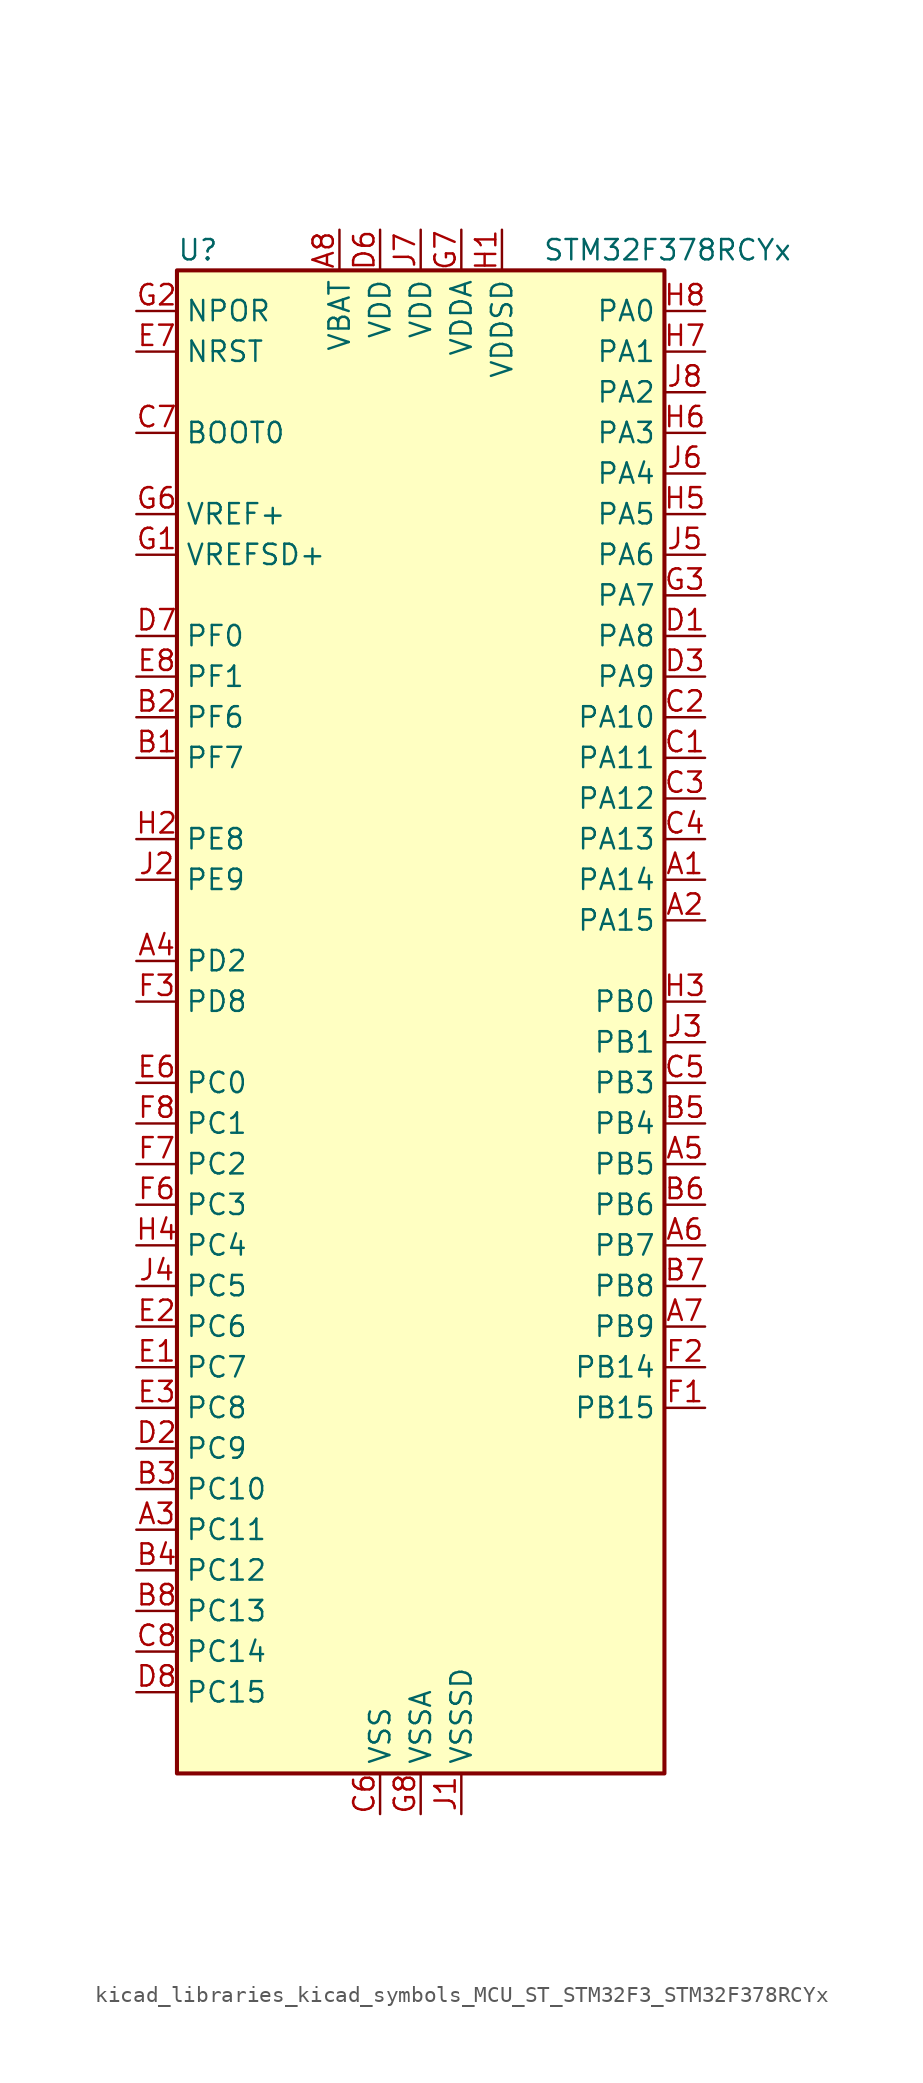
<source format=kicad_sym>
(kicad_symbol_lib
  (version 20220914)
  (generator kicad_symbol_editor)
  (symbol "kicad_libraries_kicad_symbols_MCU_ST_STM32F3_STM32F378RCYx"
    (property "Reference" "U"
      (at -15.24 49.53 0)
      (effects (font (size 1.27 1.27)) (justify left)))
    (property "Value" "STM32F378RCYx"
      (at 7.62 49.53 0)
      (effects (font (size 1.27 1.27)) (justify left)))
    (property "ki_locked" ""
      (at 0 0 0)
      (effects (font (size 1.27 1.27))))
    (symbol "kicad_libraries_kicad_symbols_MCU_ST_STM32F3_STM32F378RCYx_0_1"
      (rectangle (start -15.24 -45.72) (end 15.24 48.26) (stroke (width 0.254) (type default)) (fill (type background))))
    (symbol "kicad_libraries_kicad_symbols_MCU_ST_STM32F3_STM32F378RCYx_1_1"
      (pin bidirectional line (at 17.78 10.16 180) (length 2.54) (name "PA14" (effects (font (size 1.27 1.27)))) (number "A1" (effects (font (size 1.27 1.27)))) (alternate "I2C1_SDA" bidirectional line) (alternate "SYS_JTCK-SWCLK" bidirectional line) (alternate "TIM12_CH1" bidirectional line) (alternate "TSC_G4_IO4" bidirectional line))
      (pin bidirectional line (at 17.78 7.62 180) (length 2.54) (name "PA15" (effects (font (size 1.27 1.27)))) (number "A2" (effects (font (size 1.27 1.27)))) (alternate "ADC1_EXTI15" bidirectional line) (alternate "I2C1_SCL" bidirectional line) (alternate "I2S1_WS" bidirectional line) (alternate "I2S3_WS" bidirectional line) (alternate "SDADC1_EXTI15" bidirectional line) (alternate "SDADC2_EXTI15" bidirectional line) (alternate "SDADC3_EXTI15" bidirectional line) (alternate "SPI1_NSS" bidirectional line) (alternate "SPI3_NSS" bidirectional line) (alternate "SYS_JTDI" bidirectional line) (alternate "TIM12_CH2" bidirectional line) (alternate "TIM2_CH1" bidirectional line) (alternate "TIM2_ETR" bidirectional line) (alternate "TSC_SYNC" bidirectional line))
      (pin bidirectional line (at -17.78 -30.48 0) (length 2.54) (name "PC11" (effects (font (size 1.27 1.27)))) (number "A3" (effects (font (size 1.27 1.27)))) (alternate "ADC1_EXTI11" bidirectional line) (alternate "I2S3_MCK" bidirectional line) (alternate "SDADC1_EXTI11" bidirectional line) (alternate "SDADC2_EXTI11" bidirectional line) (alternate "SDADC3_EXTI11" bidirectional line) (alternate "SPI3_MISO" bidirectional line) (alternate "TIM19_CH2" bidirectional line) (alternate "USART3_RX" bidirectional line))
      (pin bidirectional line (at -17.78 5.08 0) (length 2.54) (name "PD2" (effects (font (size 1.27 1.27)))) (number "A4" (effects (font (size 1.27 1.27)))) (alternate "TIM3_ETR" bidirectional line))
      (pin bidirectional line (at 17.78 -7.62 180) (length 2.54) (name "PB5" (effects (font (size 1.27 1.27)))) (number "A5" (effects (font (size 1.27 1.27)))) (alternate "I2C1_SMBA" bidirectional line) (alternate "I2S1_SD" bidirectional line) (alternate "I2S3_SD" bidirectional line) (alternate "SPI1_MOSI" bidirectional line) (alternate "SPI3_MOSI" bidirectional line) (alternate "TIM16_BKIN" bidirectional line) (alternate "TIM17_CH1" bidirectional line) (alternate "TIM19_ETR" bidirectional line) (alternate "TIM3_CH2" bidirectional line) (alternate "USART2_CK" bidirectional line))
      (pin bidirectional line (at 17.78 -12.7 180) (length 2.54) (name "PB7" (effects (font (size 1.27 1.27)))) (number "A6" (effects (font (size 1.27 1.27)))) (alternate "I2C1_SDA" bidirectional line) (alternate "TIM15_CH2" bidirectional line) (alternate "TIM17_CH1N" bidirectional line) (alternate "TIM19_CH2" bidirectional line) (alternate "TIM3_CH4" bidirectional line) (alternate "TIM4_CH2" bidirectional line) (alternate "TSC_G5_IO4" bidirectional line) (alternate "USART1_RX" bidirectional line))
      (pin bidirectional line (at 17.78 -17.78 180) (length 2.54) (name "PB9" (effects (font (size 1.27 1.27)))) (number "A7" (effects (font (size 1.27 1.27)))) (alternate "CAN_TX" bidirectional line) (alternate "COMP2_OUT" bidirectional line) (alternate "DAC1_EXTI9" bidirectional line) (alternate "DAC2_EXTI9" bidirectional line) (alternate "I2C1_SDA" bidirectional line) (alternate "I2S2_WS" bidirectional line) (alternate "IR_OUT" bidirectional line) (alternate "SPI2_NSS" bidirectional line) (alternate "TIM17_CH1" bidirectional line) (alternate "TIM19_CH4" bidirectional line) (alternate "TIM4_CH4" bidirectional line) (alternate "USART3_RX" bidirectional line))
      (pin power_in line (at -5.08 50.8 270) (length 2.54) (name "VBAT" (effects (font (size 1.27 1.27)))) (number "A8" (effects (font (size 1.27 1.27)))))
      (pin bidirectional line (at -17.78 17.78 0) (length 2.54) (name "PF7" (effects (font (size 1.27 1.27)))) (number "B1" (effects (font (size 1.27 1.27)))) (alternate "I2C2_SDA" bidirectional line) (alternate "USART2_CK" bidirectional line))
      (pin bidirectional line (at -17.78 20.32 0) (length 2.54) (name "PF6" (effects (font (size 1.27 1.27)))) (number "B2" (effects (font (size 1.27 1.27)))) (alternate "I2C2_SCL" bidirectional line) (alternate "I2S1_SD" bidirectional line) (alternate "SPI1_MOSI" bidirectional line) (alternate "TIM4_CH4" bidirectional line) (alternate "USART3_DE" bidirectional line) (alternate "USART3_RTS" bidirectional line))
      (pin bidirectional line (at -17.78 -27.94 0) (length 2.54) (name "PC10" (effects (font (size 1.27 1.27)))) (number "B3" (effects (font (size 1.27 1.27)))) (alternate "I2S3_CK" bidirectional line) (alternate "SPI3_SCK" bidirectional line) (alternate "TIM19_CH1" bidirectional line) (alternate "USART3_TX" bidirectional line))
      (pin bidirectional line (at -17.78 -33.02 0) (length 2.54) (name "PC12" (effects (font (size 1.27 1.27)))) (number "B4" (effects (font (size 1.27 1.27)))) (alternate "I2S3_SD" bidirectional line) (alternate "SPI3_MOSI" bidirectional line) (alternate "TIM19_CH3" bidirectional line) (alternate "USART3_CK" bidirectional line))
      (pin bidirectional line (at 17.78 -5.08 180) (length 2.54) (name "PB4" (effects (font (size 1.27 1.27)))) (number "B5" (effects (font (size 1.27 1.27)))) (alternate "I2S1_MCK" bidirectional line) (alternate "I2S3_MCK" bidirectional line) (alternate "SPI1_MISO" bidirectional line) (alternate "SPI3_MISO" bidirectional line) (alternate "SYS_NJTRST" bidirectional line) (alternate "TIM15_CH1N" bidirectional line) (alternate "TIM16_CH1" bidirectional line) (alternate "TIM17_BKIN" bidirectional line) (alternate "TIM3_CH1" bidirectional line) (alternate "TSC_G5_IO2" bidirectional line) (alternate "USART2_RX" bidirectional line))
      (pin bidirectional line (at 17.78 -10.16 180) (length 2.54) (name "PB6" (effects (font (size 1.27 1.27)))) (number "B6" (effects (font (size 1.27 1.27)))) (alternate "I2C1_SCL" bidirectional line) (alternate "TIM15_CH1" bidirectional line) (alternate "TIM16_CH1N" bidirectional line) (alternate "TIM19_CH1" bidirectional line) (alternate "TIM3_CH3" bidirectional line) (alternate "TIM4_CH1" bidirectional line) (alternate "TSC_G5_IO3" bidirectional line) (alternate "USART1_TX" bidirectional line))
      (pin bidirectional line (at 17.78 -15.24 180) (length 2.54) (name "PB8" (effects (font (size 1.27 1.27)))) (number "B7" (effects (font (size 1.27 1.27)))) (alternate "CAN_RX" bidirectional line) (alternate "CEC" bidirectional line) (alternate "COMP1_OUT" bidirectional line) (alternate "I2C1_SCL" bidirectional line) (alternate "I2S2_CK" bidirectional line) (alternate "SPI2_SCK" bidirectional line) (alternate "TIM16_CH1" bidirectional line) (alternate "TIM19_CH3" bidirectional line) (alternate "TIM4_CH3" bidirectional line) (alternate "TSC_SYNC" bidirectional line) (alternate "USART3_TX" bidirectional line))
      (pin bidirectional line (at -17.78 -35.56 0) (length 2.54) (name "PC13" (effects (font (size 1.27 1.27)))) (number "B8" (effects (font (size 1.27 1.27)))) (alternate "RTC_OUT_ALARM" bidirectional line) (alternate "RTC_OUT_CALIB" bidirectional line) (alternate "RTC_TAMP1" bidirectional line) (alternate "RTC_TS" bidirectional line) (alternate "SYS_WKUP2" bidirectional line))
      (pin bidirectional line (at 17.78 17.78 180) (length 2.54) (name "PA11" (effects (font (size 1.27 1.27)))) (number "C1" (effects (font (size 1.27 1.27)))) (alternate "ADC1_EXTI11" bidirectional line) (alternate "CAN_RX" bidirectional line) (alternate "COMP1_OUT" bidirectional line) (alternate "I2S1_WS" bidirectional line) (alternate "I2S2_WS" bidirectional line) (alternate "SDADC1_EXTI11" bidirectional line) (alternate "SDADC2_EXTI11" bidirectional line) (alternate "SDADC3_EXTI11" bidirectional line) (alternate "SPI1_NSS" bidirectional line) (alternate "SPI2_NSS" bidirectional line) (alternate "TIM4_CH1" bidirectional line) (alternate "TIM5_CH2" bidirectional line) (alternate "USART1_CTS" bidirectional line))
      (pin bidirectional line (at 17.78 20.32 180) (length 2.54) (name "PA10" (effects (font (size 1.27 1.27)))) (number "C2" (effects (font (size 1.27 1.27)))) (alternate "I2C2_SDA" bidirectional line) (alternate "I2S2_SD" bidirectional line) (alternate "SPI2_MOSI" bidirectional line) (alternate "TIM14_CH1" bidirectional line) (alternate "TIM17_BKIN" bidirectional line) (alternate "TIM2_CH4" bidirectional line) (alternate "TSC_G4_IO2" bidirectional line) (alternate "USART1_RX" bidirectional line))
      (pin bidirectional line (at 17.78 15.24 180) (length 2.54) (name "PA12" (effects (font (size 1.27 1.27)))) (number "C3" (effects (font (size 1.27 1.27)))) (alternate "CAN_TX" bidirectional line) (alternate "COMP2_OUT" bidirectional line) (alternate "I2S1_CK" bidirectional line) (alternate "SPI1_SCK" bidirectional line) (alternate "TIM16_CH1" bidirectional line) (alternate "TIM4_CH2" bidirectional line) (alternate "TIM5_CH3" bidirectional line) (alternate "USART1_DE" bidirectional line) (alternate "USART1_RTS" bidirectional line))
      (pin bidirectional line (at 17.78 12.7 180) (length 2.54) (name "PA13" (effects (font (size 1.27 1.27)))) (number "C4" (effects (font (size 1.27 1.27)))) (alternate "I2S1_MCK" bidirectional line) (alternate "IR_OUT" bidirectional line) (alternate "SPI1_MISO" bidirectional line) (alternate "SYS_JTMS-SWDIO" bidirectional line) (alternate "TIM16_CH1N" bidirectional line) (alternate "TIM4_CH3" bidirectional line) (alternate "TIM5_CH4" bidirectional line) (alternate "TSC_G4_IO3" bidirectional line) (alternate "USART3_CTS" bidirectional line))
      (pin bidirectional line (at 17.78 -2.54 180) (length 2.54) (name "PB3" (effects (font (size 1.27 1.27)))) (number "C5" (effects (font (size 1.27 1.27)))) (alternate "I2S1_CK" bidirectional line) (alternate "I2S3_CK" bidirectional line) (alternate "SPI1_SCK" bidirectional line) (alternate "SPI3_SCK" bidirectional line) (alternate "SYS_JTDO-TRACESWO" bidirectional line) (alternate "TIM13_CH1" bidirectional line) (alternate "TIM2_CH2" bidirectional line) (alternate "TIM3_ETR" bidirectional line) (alternate "TIM4_ETR" bidirectional line) (alternate "TSC_G5_IO1" bidirectional line) (alternate "USART2_TX" bidirectional line))
      (pin power_in line (at -2.54 -48.26 90) (length 2.54) (name "VSS" (effects (font (size 1.27 1.27)))) (number "C6" (effects (font (size 1.27 1.27)))))
      (pin input line (at -17.78 38.1 0) (length 2.54) (name "BOOT0" (effects (font (size 1.27 1.27)))) (number "C7" (effects (font (size 1.27 1.27)))))
      (pin bidirectional line (at -17.78 -38.1 0) (length 2.54) (name "PC14" (effects (font (size 1.27 1.27)))) (number "C8" (effects (font (size 1.27 1.27)))) (alternate "RCC_OSC32_IN" bidirectional line))
      (pin bidirectional line (at 17.78 25.4 180) (length 2.54) (name "PA8" (effects (font (size 1.27 1.27)))) (number "D1" (effects (font (size 1.27 1.27)))) (alternate "I2C2_SMBA" bidirectional line) (alternate "I2S2_CK" bidirectional line) (alternate "RCC_MCO" bidirectional line) (alternate "SPI2_SCK" bidirectional line) (alternate "TIM4_ETR" bidirectional line) (alternate "TIM5_CH1" bidirectional line) (alternate "TIM5_ETR" bidirectional line) (alternate "USART1_CK" bidirectional line))
      (pin bidirectional line (at -17.78 -25.4 0) (length 2.54) (name "PC9" (effects (font (size 1.27 1.27)))) (number "D2" (effects (font (size 1.27 1.27)))) (alternate "DAC1_EXTI9" bidirectional line) (alternate "DAC2_EXTI9" bidirectional line) (alternate "I2S1_SD" bidirectional line) (alternate "SPI1_MOSI" bidirectional line) (alternate "TIM3_CH4" bidirectional line))
      (pin bidirectional line (at 17.78 22.86 180) (length 2.54) (name "PA9" (effects (font (size 1.27 1.27)))) (number "D3" (effects (font (size 1.27 1.27)))) (alternate "DAC1_EXTI9" bidirectional line) (alternate "DAC2_EXTI9" bidirectional line) (alternate "I2C2_SCL" bidirectional line) (alternate "I2S2_MCK" bidirectional line) (alternate "SPI2_MISO" bidirectional line) (alternate "TIM13_CH1" bidirectional line) (alternate "TIM15_BKIN" bidirectional line) (alternate "TIM2_CH3" bidirectional line) (alternate "TSC_G4_IO1" bidirectional line) (alternate "USART1_TX" bidirectional line))
      (pin power_in line (at -2.54 50.8 270) (length 2.54) (name "VDD" (effects (font (size 1.27 1.27)))) (number "D6" (effects (font (size 1.27 1.27)))))
      (pin bidirectional line (at -17.78 25.4 0) (length 2.54) (name "PF0" (effects (font (size 1.27 1.27)))) (number "D7" (effects (font (size 1.27 1.27)))) (alternate "I2C2_SDA" bidirectional line) (alternate "RCC_OSC_IN" bidirectional line))
      (pin bidirectional line (at -17.78 -40.64 0) (length 2.54) (name "PC15" (effects (font (size 1.27 1.27)))) (number "D8" (effects (font (size 1.27 1.27)))) (alternate "ADC1_EXTI15" bidirectional line) (alternate "RCC_OSC32_OUT" bidirectional line) (alternate "SDADC1_EXTI15" bidirectional line) (alternate "SDADC2_EXTI15" bidirectional line) (alternate "SDADC3_EXTI15" bidirectional line))
      (pin bidirectional line (at -17.78 -20.32 0) (length 2.54) (name "PC7" (effects (font (size 1.27 1.27)))) (number "E1" (effects (font (size 1.27 1.27)))) (alternate "I2S1_CK" bidirectional line) (alternate "SPI1_SCK" bidirectional line) (alternate "TIM3_CH2" bidirectional line))
      (pin bidirectional line (at -17.78 -17.78 0) (length 2.54) (name "PC6" (effects (font (size 1.27 1.27)))) (number "E2" (effects (font (size 1.27 1.27)))) (alternate "I2S1_WS" bidirectional line) (alternate "SPI1_NSS" bidirectional line) (alternate "TIM3_CH1" bidirectional line))
      (pin bidirectional line (at -17.78 -22.86 0) (length 2.54) (name "PC8" (effects (font (size 1.27 1.27)))) (number "E3" (effects (font (size 1.27 1.27)))) (alternate "I2S1_MCK" bidirectional line) (alternate "SPI1_MISO" bidirectional line) (alternate "TIM3_CH3" bidirectional line))
      (pin bidirectional line (at -17.78 -2.54 0) (length 2.54) (name "PC0" (effects (font (size 1.27 1.27)))) (number "E6" (effects (font (size 1.27 1.27)))) (alternate "ADC1_IN10" bidirectional line) (alternate "TIM5_CH1" bidirectional line) (alternate "TIM5_ETR" bidirectional line))
      (pin input line (at -17.78 43.18 0) (length 2.54) (name "NRST" (effects (font (size 1.27 1.27)))) (number "E7" (effects (font (size 1.27 1.27)))))
      (pin bidirectional line (at -17.78 22.86 0) (length 2.54) (name "PF1" (effects (font (size 1.27 1.27)))) (number "E8" (effects (font (size 1.27 1.27)))) (alternate "I2C2_SCL" bidirectional line) (alternate "RCC_OSC_OUT" bidirectional line))
      (pin bidirectional line (at 17.78 -22.86 180) (length 2.54) (name "PB15" (effects (font (size 1.27 1.27)))) (number "F1" (effects (font (size 1.27 1.27)))) (alternate "ADC1_EXTI15" bidirectional line) (alternate "I2S2_SD" bidirectional line) (alternate "RTC_REFIN" bidirectional line) (alternate "SDADC1_EXTI15" bidirectional line) (alternate "SDADC2_EXTI15" bidirectional line) (alternate "SDADC3_AIN7P" bidirectional line) (alternate "SDADC3_AIN8M" bidirectional line) (alternate "SDADC3_EXTI15" bidirectional line) (alternate "SPI2_MOSI" bidirectional line) (alternate "TIM12_CH2" bidirectional line) (alternate "TIM15_CH1N" bidirectional line) (alternate "TIM15_CH2" bidirectional line) (alternate "TSC_G6_IO2" bidirectional line))
      (pin bidirectional line (at 17.78 -20.32 180) (length 2.54) (name "PB14" (effects (font (size 1.27 1.27)))) (number "F2" (effects (font (size 1.27 1.27)))) (alternate "I2S2_MCK" bidirectional line) (alternate "SDADC3_AIN8P" bidirectional line) (alternate "SPI2_MISO" bidirectional line) (alternate "TIM12_CH1" bidirectional line) (alternate "TIM15_CH1" bidirectional line) (alternate "TSC_G6_IO1" bidirectional line) (alternate "USART3_DE" bidirectional line) (alternate "USART3_RTS" bidirectional line))
      (pin bidirectional line (at -17.78 2.54 0) (length 2.54) (name "PD8" (effects (font (size 1.27 1.27)))) (number "F3" (effects (font (size 1.27 1.27)))) (alternate "I2S2_CK" bidirectional line) (alternate "SDADC3_AIN6P" bidirectional line) (alternate "SPI2_SCK" bidirectional line) (alternate "TSC_G6_IO3" bidirectional line) (alternate "USART3_TX" bidirectional line))
      (pin bidirectional line (at -17.78 -10.16 0) (length 2.54) (name "PC3" (effects (font (size 1.27 1.27)))) (number "F6" (effects (font (size 1.27 1.27)))) (alternate "ADC1_IN13" bidirectional line) (alternate "I2S2_SD" bidirectional line) (alternate "SPI2_MOSI" bidirectional line) (alternate "TIM5_CH4" bidirectional line))
      (pin bidirectional line (at -17.78 -7.62 0) (length 2.54) (name "PC2" (effects (font (size 1.27 1.27)))) (number "F7" (effects (font (size 1.27 1.27)))) (alternate "ADC1_IN12" bidirectional line) (alternate "I2S2_MCK" bidirectional line) (alternate "SPI2_MISO" bidirectional line) (alternate "TIM5_CH3" bidirectional line))
      (pin bidirectional line (at -17.78 -5.08 0) (length 2.54) (name "PC1" (effects (font (size 1.27 1.27)))) (number "F8" (effects (font (size 1.27 1.27)))) (alternate "ADC1_IN11" bidirectional line) (alternate "TIM5_CH2" bidirectional line))
      (pin input line (at -17.78 30.48 0) (length 2.54) (name "VREFSD+" (effects (font (size 1.27 1.27)))) (number "G1" (effects (font (size 1.27 1.27)))))
      (pin input line (at -17.78 45.72 0) (length 2.54) (name "NPOR" (effects (font (size 1.27 1.27)))) (number "G2" (effects (font (size 1.27 1.27)))))
      (pin bidirectional line (at 17.78 27.94 180) (length 2.54) (name "PA7" (effects (font (size 1.27 1.27)))) (number "G3" (effects (font (size 1.27 1.27)))) (alternate "ADC1_IN7" bidirectional line) (alternate "COMP2_OUT" bidirectional line) (alternate "I2S1_SD" bidirectional line) (alternate "SPI1_MOSI" bidirectional line) (alternate "TIM14_CH1" bidirectional line) (alternate "TIM17_CH1" bidirectional line) (alternate "TIM3_CH2" bidirectional line) (alternate "TSC_G2_IO4" bidirectional line))
      (pin passive line (at -2.54 -48.26 90) (length 2.54) hide (name "VSS" (effects (font (size 1.27 1.27)))) (number "G4" (effects (font (size 1.27 1.27)))))
      (pin passive line (at -2.54 -48.26 90) (length 2.54) hide (name "VSS" (effects (font (size 1.27 1.27)))) (number "G5" (effects (font (size 1.27 1.27)))))
      (pin input line (at -17.78 33.02 0) (length 2.54) (name "VREF+" (effects (font (size 1.27 1.27)))) (number "G6" (effects (font (size 1.27 1.27)))))
      (pin power_in line (at 2.54 50.8 270) (length 2.54) (name "VDDA" (effects (font (size 1.27 1.27)))) (number "G7" (effects (font (size 1.27 1.27)))))
      (pin power_in line (at 0 -48.26 90) (length 2.54) (name "VSSA" (effects (font (size 1.27 1.27)))) (number "G8" (effects (font (size 1.27 1.27)))))
      (pin power_in line (at 5.08 50.8 270) (length 2.54) (name "VDDSD" (effects (font (size 1.27 1.27)))) (number "H1" (effects (font (size 1.27 1.27)))))
      (pin bidirectional line (at -17.78 12.7 0) (length 2.54) (name "PE8" (effects (font (size 1.27 1.27)))) (number "H2" (effects (font (size 1.27 1.27)))) (alternate "SDADC1_AIN8P" bidirectional line) (alternate "SDADC2_AIN8P" bidirectional line))
      (pin bidirectional line (at 17.78 2.54 180) (length 2.54) (name "PB0" (effects (font (size 1.27 1.27)))) (number "H3" (effects (font (size 1.27 1.27)))) (alternate "ADC1_IN8" bidirectional line) (alternate "I2S1_SD" bidirectional line) (alternate "SDADC1_AIN6P" bidirectional line) (alternate "SPI1_MOSI" bidirectional line) (alternate "TIM3_CH2" bidirectional line) (alternate "TIM3_CH3" bidirectional line) (alternate "TSC_G3_IO3" bidirectional line))
      (pin bidirectional line (at -17.78 -12.7 0) (length 2.54) (name "PC4" (effects (font (size 1.27 1.27)))) (number "H4" (effects (font (size 1.27 1.27)))) (alternate "ADC1_IN14" bidirectional line) (alternate "TIM13_CH1" bidirectional line) (alternate "TSC_G3_IO1" bidirectional line) (alternate "USART1_TX" bidirectional line))
      (pin bidirectional line (at 17.78 33.02 180) (length 2.54) (name "PA5" (effects (font (size 1.27 1.27)))) (number "H5" (effects (font (size 1.27 1.27)))) (alternate "ADC1_IN5" bidirectional line) (alternate "CEC" bidirectional line) (alternate "DAC1_OUT2" bidirectional line) (alternate "I2S1_CK" bidirectional line) (alternate "SPI1_SCK" bidirectional line) (alternate "TIM12_CH2" bidirectional line) (alternate "TIM14_CH1" bidirectional line) (alternate "TIM2_CH1" bidirectional line) (alternate "TIM2_ETR" bidirectional line) (alternate "TSC_G2_IO2" bidirectional line))
      (pin bidirectional line (at 17.78 38.1 180) (length 2.54) (name "PA3" (effects (font (size 1.27 1.27)))) (number "H6" (effects (font (size 1.27 1.27)))) (alternate "ADC1_IN3" bidirectional line) (alternate "COMP2_INP" bidirectional line) (alternate "I2S3_SD" bidirectional line) (alternate "SPI3_MOSI" bidirectional line) (alternate "TIM15_CH2" bidirectional line) (alternate "TIM19_CH4" bidirectional line) (alternate "TIM2_CH4" bidirectional line) (alternate "TIM5_CH4" bidirectional line) (alternate "TSC_G1_IO4" bidirectional line) (alternate "USART2_RX" bidirectional line))
      (pin bidirectional line (at 17.78 43.18 180) (length 2.54) (name "PA1" (effects (font (size 1.27 1.27)))) (number "H7" (effects (font (size 1.27 1.27)))) (alternate "ADC1_IN1" bidirectional line) (alternate "COMP1_INP" bidirectional line) (alternate "I2S3_CK" bidirectional line) (alternate "RTC_REFIN" bidirectional line) (alternate "SPI3_SCK" bidirectional line) (alternate "TIM15_CH1N" bidirectional line) (alternate "TIM19_CH2" bidirectional line) (alternate "TIM2_CH2" bidirectional line) (alternate "TIM5_CH2" bidirectional line) (alternate "TSC_G1_IO2" bidirectional line) (alternate "USART2_DE" bidirectional line) (alternate "USART2_RTS" bidirectional line))
      (pin bidirectional line (at 17.78 45.72 180) (length 2.54) (name "PA0" (effects (font (size 1.27 1.27)))) (number "H8" (effects (font (size 1.27 1.27)))) (alternate "ADC1_IN0" bidirectional line) (alternate "COMP1_INM" bidirectional line) (alternate "COMP1_OUT" bidirectional line) (alternate "RTC_TAMP2" bidirectional line) (alternate "SYS_WKUP1" bidirectional line) (alternate "TIM19_CH1" bidirectional line) (alternate "TIM2_CH1" bidirectional line) (alternate "TIM2_ETR" bidirectional line) (alternate "TIM5_CH1" bidirectional line) (alternate "TIM5_ETR" bidirectional line) (alternate "TSC_G1_IO1" bidirectional line) (alternate "USART2_CTS" bidirectional line))
      (pin power_in line (at 2.54 -48.26 90) (length 2.54) (name "VSSSD" (effects (font (size 1.27 1.27)))) (number "J1" (effects (font (size 1.27 1.27)))))
      (pin bidirectional line (at -17.78 10.16 0) (length 2.54) (name "PE9" (effects (font (size 1.27 1.27)))) (number "J2" (effects (font (size 1.27 1.27)))) (alternate "DAC1_EXTI9" bidirectional line) (alternate "DAC2_EXTI9" bidirectional line) (alternate "SDADC1_AIN7P" bidirectional line) (alternate "SDADC1_AIN8M" bidirectional line) (alternate "SDADC2_AIN7P" bidirectional line) (alternate "SDADC2_AIN8M" bidirectional line))
      (pin bidirectional line (at 17.78 0 180) (length 2.54) (name "PB1" (effects (font (size 1.27 1.27)))) (number "J3" (effects (font (size 1.27 1.27)))) (alternate "ADC1_IN9" bidirectional line) (alternate "SDADC1_AIN5P" bidirectional line) (alternate "SDADC1_AIN6M" bidirectional line) (alternate "TIM3_CH4" bidirectional line) (alternate "TSC_G3_IO4" bidirectional line))
      (pin bidirectional line (at -17.78 -15.24 0) (length 2.54) (name "PC5" (effects (font (size 1.27 1.27)))) (number "J4" (effects (font (size 1.27 1.27)))) (alternate "ADC1_IN15" bidirectional line) (alternate "TSC_G3_IO2" bidirectional line) (alternate "USART1_RX" bidirectional line))
      (pin bidirectional line (at 17.78 30.48 180) (length 2.54) (name "PA6" (effects (font (size 1.27 1.27)))) (number "J5" (effects (font (size 1.27 1.27)))) (alternate "ADC1_IN6" bidirectional line) (alternate "COMP1_OUT" bidirectional line) (alternate "DAC2_OUT1" bidirectional line) (alternate "I2S1_MCK" bidirectional line) (alternate "SPI1_MISO" bidirectional line) (alternate "TIM13_CH1" bidirectional line) (alternate "TIM16_CH1" bidirectional line) (alternate "TIM3_CH1" bidirectional line) (alternate "TSC_G2_IO3" bidirectional line))
      (pin bidirectional line (at 17.78 35.56 180) (length 2.54) (name "PA4" (effects (font (size 1.27 1.27)))) (number "J6" (effects (font (size 1.27 1.27)))) (alternate "ADC1_IN4" bidirectional line) (alternate "DAC1_OUT1" bidirectional line) (alternate "I2S1_WS" bidirectional line) (alternate "I2S3_WS" bidirectional line) (alternate "SPI1_NSS" bidirectional line) (alternate "SPI3_NSS" bidirectional line) (alternate "TIM12_CH1" bidirectional line) (alternate "TIM3_CH2" bidirectional line) (alternate "TSC_G2_IO1" bidirectional line) (alternate "USART2_CK" bidirectional line))
      (pin power_in line (at 0 50.8 270) (length 2.54) (name "VDD" (effects (font (size 1.27 1.27)))) (number "J7" (effects (font (size 1.27 1.27)))))
      (pin bidirectional line (at 17.78 40.64 180) (length 2.54) (name "PA2" (effects (font (size 1.27 1.27)))) (number "J8" (effects (font (size 1.27 1.27)))) (alternate "ADC1_IN2" bidirectional line) (alternate "COMP2_INM" bidirectional line) (alternate "COMP2_OUT" bidirectional line) (alternate "I2S3_MCK" bidirectional line) (alternate "SPI3_MISO" bidirectional line) (alternate "TIM15_CH1" bidirectional line) (alternate "TIM19_CH3" bidirectional line) (alternate "TIM2_CH3" bidirectional line) (alternate "TIM5_CH3" bidirectional line) (alternate "TSC_G1_IO3" bidirectional line) (alternate "USART2_TX" bidirectional line)))))
</source>
